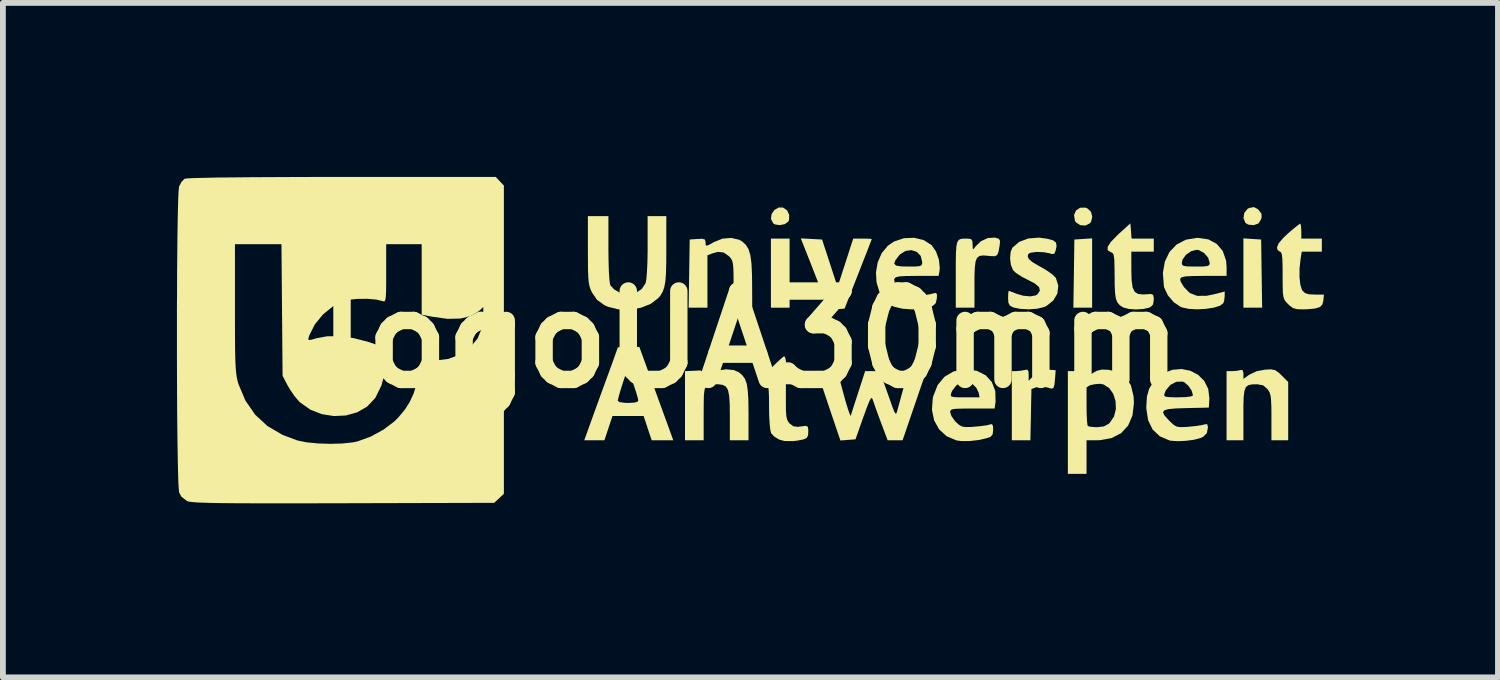
<source format=kicad_pcb>
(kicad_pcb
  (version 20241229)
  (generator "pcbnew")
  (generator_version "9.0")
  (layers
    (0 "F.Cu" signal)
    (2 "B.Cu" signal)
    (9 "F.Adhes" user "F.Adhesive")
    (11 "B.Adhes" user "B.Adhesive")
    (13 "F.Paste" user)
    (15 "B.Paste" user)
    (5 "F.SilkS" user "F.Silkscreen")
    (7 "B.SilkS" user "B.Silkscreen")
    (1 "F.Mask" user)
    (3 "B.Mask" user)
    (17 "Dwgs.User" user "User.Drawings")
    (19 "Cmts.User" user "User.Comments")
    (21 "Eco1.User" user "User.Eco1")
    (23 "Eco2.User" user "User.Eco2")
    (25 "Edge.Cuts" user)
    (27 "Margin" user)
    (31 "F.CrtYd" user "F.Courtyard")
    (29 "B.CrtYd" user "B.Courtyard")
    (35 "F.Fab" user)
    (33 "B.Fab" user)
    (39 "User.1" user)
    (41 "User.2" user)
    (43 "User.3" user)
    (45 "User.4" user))
  (footprint "logoUA30mm"
    (layer "F.Cu")
    (at 9.885 2.801)
    (property "Reference" "logoUA30mm" (at 0 0 0) (layer "F.SilkS") (effects (font (size 1.524 1.524) (thickness 0.3))))
    (attr board_only exclude_from_pos_files exclude_from_bom)
    (fp_poly (pts (xy 0.676 -0.547) (xy 0.354 -0.547) (xy 0.354 -1.738) (xy 0.676 -1.738)) (stroke (width 0) (type solid)) (fill yes) (layer "F.SilkS"))
    (fp_poly (pts (xy 5.891 -0.547) (xy 5.568 -0.547) (xy 5.577 -1.135) (xy 5.585 -1.722) (xy 5.891 -1.742)) (stroke (width 0) (type solid)) (fill yes) (layer "F.SilkS"))
    (fp_poly (pts (xy 8.805 -1.722) (xy 8.813 -1.135) (xy 8.822 -0.547) (xy 8.499 -0.547) (xy 8.499 -1.742)) (stroke (width 0) (type solid)) (fill yes) (layer "F.SilkS"))
    (fp_poly (pts (xy 0.632 -2.226) (xy 0.67 -2.146) (xy 0.666 -2.058) (xy 0.653 -2.031) (xy 0.594 -1.988) (xy 0.507 -1.97) (xy 0.425 -1.982) (xy 0.394 -2.001) (xy 0.355 -2.077) (xy 0.365 -2.159) (xy 0.413 -2.231) (xy 0.487 -2.273) (xy 0.562 -2.273)) (stroke (width 0) (type solid)) (fill yes) (layer "F.SilkS"))
    (fp_poly (pts (xy 5.808 -2.26) (xy 5.871 -2.201) (xy 5.894 -2.115) (xy 5.873 -2.029) (xy 5.853 -2.002) (xy 5.775 -1.963) (xy 5.685 -1.97) (xy 5.612 -2.018) (xy 5.595 -2.047) (xy 5.579 -2.143) (xy 5.613 -2.222) (xy 5.683 -2.27) (xy 5.776 -2.272)) (stroke (width 0) (type solid)) (fill yes) (layer "F.SilkS"))
    (fp_poly (pts (xy 8.738 -2.252) (xy 8.764 -2.228) (xy 8.811 -2.165) (xy 8.812 -2.1) (xy 8.803 -2.069) (xy 8.759 -1.999) (xy 8.68 -1.971) (xy 8.673 -1.97) (xy 8.583 -1.979) (xy 8.534 -2.008) (xy 8.5 -2.093) (xy 8.515 -2.182) (xy 8.572 -2.252) (xy 8.604 -2.267) (xy 8.679 -2.281)) (stroke (width 0) (type solid)) (fill yes) (layer "F.SilkS"))
    (fp_poly (pts (xy 5.131 0.521) (xy 5.263 0.531) (xy 5.252 0.676) (xy 5.241 0.783) (xy 5.224 0.836) (xy 5.19 0.849) (xy 5.13 0.831) (xy 5.12 0.828) (xy 4.994 0.809) (xy 4.935 0.823) (xy 4.845 0.855) (xy 4.836 1.296) (xy 4.827 1.738) (xy 4.507 1.738) (xy 4.507 0.547) (xy 4.579 0.547) (xy 4.673 0.538) (xy 4.724 0.527) (xy 4.774 0.521) (xy 4.794 0.553) (xy 4.797 0.61) (xy 4.797 0.713) (xy 4.897 0.612) (xy 4.974 0.547) (xy 5.047 0.521)) (stroke (width 0) (type solid)) (fill yes) (layer "F.SilkS"))
    (fp_poly (pts (xy 1.052 -1.732) (xy 1.236 -1.722) (xy 1.37 -1.313) (xy 1.503 -0.903) (xy 1.638 -1.321) (xy 1.773 -1.738) (xy 1.933 -1.738) (xy 2.024 -1.737) (xy 2.082 -1.733) (xy 2.092 -1.73) (xy 2.081 -1.699) (xy 2.05 -1.618) (xy 2.002 -1.494) (xy 1.941 -1.339) (xy 1.871 -1.16) (xy 1.858 -1.127) (xy 1.624 -0.531) (xy 1.488 -0.521) (xy 1.398 -0.52) (xy 1.35 -0.539) (xy 1.323 -0.586) (xy 1.251 -0.769) (xy 1.175 -0.964) (xy 1.1 -1.156) (xy 1.032 -1.331) (xy 0.975 -1.474) (xy 0.937 -1.571) (xy 0.869 -1.742)) (stroke (width 0) (type solid)) (fill yes) (layer "F.SilkS"))
    (fp_poly (pts (xy -0.193 -1.718) (xy -0.139 -1.687) (xy -0.077 -1.629) (xy -0.031 -1.553) (xy 0.000204 -1.45) (xy 0.019 -1.309) (xy 0.028 -1.121) (xy 0.03 -0.974) (xy 0.032 -0.547) (xy -0.29 -0.547) (xy -0.29 -0.951) (xy -0.29 -1.12) (xy -0.294 -1.237) (xy -0.302 -1.314) (xy -0.317 -1.366) (xy -0.341 -1.404) (xy -0.369 -1.434) (xy -0.459 -1.498) (xy -0.559 -1.509) (xy -0.658 -1.482) (xy -0.74 -1.45) (xy -0.74 -0.547) (xy -1.064 -0.547) (xy -1.055 -1.135) (xy -1.046 -1.722) (xy -0.909 -1.732) (xy -0.823 -1.735) (xy -0.783 -1.72) (xy -0.773 -1.682) (xy -0.773 -1.676) (xy -0.77 -1.629) (xy -0.753 -1.615) (xy -0.707 -1.633) (xy -0.626 -1.679) (xy -0.481 -1.737) (xy -0.33 -1.75)) (stroke (width 0) (type solid)) (fill yes) (layer "F.SilkS"))
    (fp_poly (pts (xy 9.046 0.53) (xy 9.106 0.571) (xy 9.158 0.621) (xy 9.271 0.734) (xy 9.271 1.738) (xy 8.982 1.738) (xy 8.982 1.34) (xy 8.981 1.17) (xy 8.976 1.05) (xy 8.967 0.969) (xy 8.95 0.913) (xy 8.924 0.87) (xy 8.915 0.857) (xy 8.838 0.791) (xy 8.736 0.773) (xy 8.647 0.775) (xy 8.584 0.789) (xy 8.542 0.822) (xy 8.517 0.886) (xy 8.504 0.988) (xy 8.499 1.139) (xy 8.499 1.289) (xy 8.499 1.738) (xy 8.209 1.738) (xy 8.209 0.547) (xy 8.303 0.547) (xy 8.39 0.541) (xy 8.448 0.528) (xy 8.486 0.529) (xy 8.499 0.58) (xy 8.499 0.594) (xy 8.499 0.68) (xy 8.601 0.608) (xy 8.726 0.549) (xy 8.873 0.521) (xy 8.977 0.516)) (stroke (width 0) (type solid)) (fill yes) (layer "F.SilkS"))
    (fp_poly (pts (xy 4.221 -1.754) (xy 4.282 -1.735) (xy 4.304 -1.7) (xy 4.298 -1.627) (xy 4.296 -1.615) (xy 4.277 -1.509) (xy 4.253 -1.453) (xy 4.212 -1.434) (xy 4.137 -1.437) (xy 4.107 -1.44) (xy 4.015 -1.448) (xy 3.95 -1.439) (xy 3.907 -1.406) (xy 3.881 -1.339) (xy 3.868 -1.231) (xy 3.863 -1.072) (xy 3.863 -0.962) (xy 3.863 -0.547) (xy 3.541 -0.547) (xy 3.541 -1.123) (xy 3.541 -1.336) (xy 3.544 -1.493) (xy 3.551 -1.603) (xy 3.566 -1.674) (xy 3.592 -1.715) (xy 3.63 -1.733) (xy 3.684 -1.738) (xy 3.737 -1.738) (xy 3.802 -1.731) (xy 3.827 -1.695) (xy 3.831 -1.635) (xy 3.833 -1.566) (xy 3.845 -1.555) (xy 3.877 -1.596) (xy 3.881 -1.603) (xy 3.975 -1.693) (xy 4.094 -1.748) (xy 4.213 -1.755)) (stroke (width 0) (type solid)) (fill yes) (layer "F.SilkS"))
    (fp_poly (pts (xy -0.286 0.528) (xy -0.2 0.565) (xy -0.139 0.617) (xy -0.094 0.679) (xy -0.063 0.764) (xy -0.045 0.88) (xy -0.035 1.039) (xy -0.032 1.25) (xy -0.032 1.27) (xy -0.032 1.738) (xy -0.354 1.738) (xy -0.354 1.309) (xy -0.356 1.111) (xy -0.366 0.968) (xy -0.386 0.872) (xy -0.421 0.814) (xy -0.475 0.784) (xy -0.551 0.773) (xy -0.587 0.773) (xy -0.669 0.774) (xy -0.728 0.783) (xy -0.766 0.809) (xy -0.789 0.863) (xy -0.801 0.953) (xy -0.804 1.089) (xy -0.805 1.275) (xy -0.805 1.738) (xy -1.127 1.738) (xy -1.127 0.547) (xy -1.014 0.542) (xy -0.926 0.538) (xy -0.864 0.535) (xy -0.861 0.534) (xy -0.826 0.559) (xy -0.811 0.601) (xy -0.801 0.671) (xy -0.686 0.593) (xy -0.562 0.537) (xy -0.42 0.515)) (stroke (width 0) (type solid)) (fill yes) (layer "F.SilkS"))
    (fp_poly (pts (xy -1.329 1.738) (xy -1.701 1.738) (xy -1.771 1.529) (xy -1.84 1.32) (xy -2.377 1.32) (xy -2.516 1.738) (xy -2.863 1.738) (xy -2.739 1.392) (xy -2.679 1.226) (xy -2.617 1.056) (xy -2.286 1.056) (xy -2.255 1.081) (xy -2.164 1.093) (xy -2.109 1.095) (xy -1.995 1.089) (xy -1.94 1.07) (xy -1.932 1.053) (xy -1.942 1.005) (xy -1.969 0.913) (xy -2.007 0.795) (xy -2.023 0.751) (xy -2.114 0.49) (xy -2.2 0.754) (xy -2.239 0.878) (xy -2.269 0.981) (xy -2.284 1.046) (xy -2.286 1.056) (xy -2.617 1.056) (xy -2.606 1.024) (xy -2.528 0.811) (xy -2.455 0.611) (xy -2.45 0.597) (xy -2.392 0.439) (xy -2.344 0.304) (xy -2.308 0.203) (xy -2.288 0.146) (xy -2.286 0.138) (xy -2.256 0.133) (xy -2.181 0.13) (xy -2.1 0.129) (xy -1.914 0.129)) (stroke (width 0) (type solid)) (fill yes) (layer "F.SilkS"))
    (fp_poly (pts (xy 6.561 -1.87) (xy 6.571 -1.738) (xy 6.954 -1.738) (xy 6.954 -1.513) (xy 6.567 -1.513) (xy 6.567 -1.196) (xy 6.572 -1.019) (xy 6.589 -0.897) (xy 6.625 -0.821) (xy 6.684 -0.783) (xy 6.772 -0.775) (xy 6.823 -0.778) (xy 6.906 -0.783) (xy 6.943 -0.768) (xy 6.953 -0.72) (xy 6.954 -0.684) (xy 6.942 -0.602) (xy 6.897 -0.558) (xy 6.871 -0.546) (xy 6.769 -0.524) (xy 6.643 -0.517) (xy 6.521 -0.526) (xy 6.431 -0.55) (xy 6.422 -0.554) (xy 6.365 -0.592) (xy 6.326 -0.639) (xy 6.3 -0.705) (xy 6.286 -0.803) (xy 6.28 -0.944) (xy 6.279 -1.09) (xy 6.277 -1.256) (xy 6.274 -1.369) (xy 6.266 -1.44) (xy 6.253 -1.479) (xy 6.231 -1.497) (xy 6.213 -1.504) (xy 6.159 -1.537) (xy 6.159 -1.596) (xy 6.214 -1.681) (xy 6.325 -1.795) (xy 6.35 -1.819) (xy 6.551 -2.001)) (stroke (width 0) (type solid)) (fill yes) (layer "F.SilkS"))
    (fp_poly (pts (xy -2.447 -1.559) (xy -2.445 -1.358) (xy -2.44 -1.184) (xy -2.431 -1.047) (xy -2.421 -0.959) (xy -2.413 -0.932) (xy -2.347 -0.861) (xy -2.244 -0.803) (xy -2.133 -0.774) (xy -2.109 -0.773) (xy -1.979 -0.799) (xy -1.872 -0.87) (xy -1.806 -0.97) (xy -1.793 -1.04) (xy -1.783 -1.162) (xy -1.775 -1.324) (xy -1.771 -1.514) (xy -1.771 -1.598) (xy -1.771 -2.125) (xy -1.449 -2.125) (xy -1.449 -1.547) (xy -1.45 -1.313) (xy -1.455 -1.134) (xy -1.466 -0.998) (xy -1.485 -0.897) (xy -1.512 -0.821) (xy -1.549 -0.758) (xy -1.588 -0.712) (xy -1.718 -0.613) (xy -1.887 -0.546) (xy -2.078 -0.514) (xy -2.273 -0.518) (xy -2.453 -0.562) (xy -2.514 -0.589) (xy -2.643 -0.682) (xy -2.728 -0.805) (xy -2.754 -0.86) (xy -2.773 -0.916) (xy -2.786 -0.983) (xy -2.794 -1.072) (xy -2.799 -1.196) (xy -2.8 -1.364) (xy -2.801 -1.536) (xy -2.801 -2.125) (xy -2.447 -2.125)) (stroke (width 0) (type solid)) (fill yes) (layer "F.SilkS"))
    (fp_poly (pts (xy 0.602 0.318) (xy 0.616 0.389) (xy 0.618 0.41) (xy 0.628 0.531) (xy 0.813 0.541) (xy 0.998 0.55) (xy 0.998 0.773) (xy 0.612 0.773) (xy 0.612 1.078) (xy 0.613 1.226) (xy 0.62 1.323) (xy 0.635 1.387) (xy 0.66 1.431) (xy 0.68 1.452) (xy 0.741 1.497) (xy 0.816 1.507) (xy 0.873 1.5) (xy 0.953 1.49) (xy 0.989 1.503) (xy 0.998 1.554) (xy 0.998 1.591) (xy 0.994 1.656) (xy 0.972 1.697) (xy 0.919 1.723) (xy 0.823 1.742) (xy 0.74 1.753) (xy 0.586 1.751) (xy 0.493 1.725) (xy 0.413 1.675) (xy 0.358 1.617) (xy 0.357 1.614) (xy 0.343 1.557) (xy 0.332 1.45) (xy 0.324 1.309) (xy 0.322 1.161) (xy 0.321 0.994) (xy 0.316 0.882) (xy 0.308 0.815) (xy 0.293 0.781) (xy 0.273 0.773) (xy 0.213 0.755) (xy 0.206 0.703) (xy 0.251 0.62) (xy 0.347 0.506) (xy 0.373 0.48) (xy 0.462 0.393) (xy 0.534 0.327) (xy 0.578 0.292) (xy 0.585 0.29)) (stroke (width 0) (type solid)) (fill yes) (layer "F.SilkS"))
    (fp_poly (pts (xy 9.49 -1.967) (xy 9.496 -1.896) (xy 9.497 -1.867) (xy 9.497 -1.738) (xy 9.851 -1.738) (xy 9.851 -1.513) (xy 9.505 -1.513) (xy 9.485 -1.392) (xy 9.467 -1.229) (xy 9.466 -1.072) (xy 9.481 -0.94) (xy 9.51 -0.851) (xy 9.515 -0.844) (xy 9.56 -0.799) (xy 9.628 -0.778) (xy 9.726 -0.773) (xy 9.887 -0.773) (xy 9.877 -0.669) (xy 9.86 -0.602) (xy 9.818 -0.558) (xy 9.738 -0.533) (xy 9.611 -0.521) (xy 9.535 -0.518) (xy 9.425 -0.521) (xy 9.352 -0.542) (xy 9.288 -0.59) (xy 9.269 -0.609) (xy 9.23 -0.65) (xy 9.204 -0.689) (xy 9.188 -0.738) (xy 9.179 -0.812) (xy 9.176 -0.922) (xy 9.175 -1.082) (xy 9.175 -1.108) (xy 9.174 -1.279) (xy 9.17 -1.396) (xy 9.161 -1.467) (xy 9.148 -1.503) (xy 9.127 -1.513) (xy 9.127 -1.513) (xy 9.088 -1.541) (xy 9.078 -1.586) (xy 9.106 -1.656) (xy 9.19 -1.754) (xy 9.269 -1.828) (xy 9.361 -1.907) (xy 9.434 -1.966) (xy 9.475 -1.995) (xy 9.479 -1.996)) (stroke (width 0) (type solid)) (fill yes) (layer "F.SilkS"))
    (fp_poly (pts (xy 6.169 0.523) (xy 6.173 0.523) (xy 6.343 0.563) (xy 6.472 0.654) (xy 6.56 0.792) (xy 6.605 0.978) (xy 6.612 1.097) (xy 6.587 1.31) (xy 6.512 1.485) (xy 6.391 1.616) (xy 6.226 1.701) (xy 6.022 1.737) (xy 5.978 1.738) (xy 5.795 1.738) (xy 5.795 2.318) (xy 5.473 2.318) (xy 5.473 1.138) (xy 5.795 1.138) (xy 5.797 1.278) (xy 5.802 1.394) (xy 5.81 1.47) (xy 5.816 1.492) (xy 5.859 1.505) (xy 5.941 1.512) (xy 5.979 1.513) (xy 6.094 1.5) (xy 6.177 1.454) (xy 6.196 1.436) (xy 6.269 1.327) (xy 6.301 1.198) (xy 6.295 1.064) (xy 6.256 0.939) (xy 6.186 0.839) (xy 6.09 0.777) (xy 6.031 0.765) (xy 5.955 0.77) (xy 5.883 0.783) (xy 5.795 0.806) (xy 5.795 1.138) (xy 5.473 1.138) (xy 5.473 0.547) (xy 5.567 0.547) (xy 5.654 0.541) (xy 5.712 0.528) (xy 5.75 0.529) (xy 5.762 0.581) (xy 5.762 0.591) (xy 5.762 0.674) (xy 5.883 0.592) (xy 5.971 0.541) (xy 6.056 0.52)) (stroke (width 0) (type solid)) (fill yes) (layer "F.SilkS"))
    (fp_poly (pts (xy 5.114 -1.736) (xy 5.219 -1.708) (xy 5.269 -1.669) (xy 5.278 -1.605) (xy 5.26 -1.524) (xy 5.239 -1.477) (xy 5.196 -1.472) (xy 5.151 -1.486) (xy 5.06 -1.503) (xy 4.948 -1.508) (xy 4.921 -1.507) (xy 4.831 -1.495) (xy 4.79 -1.472) (xy 4.781 -1.433) (xy 4.8 -1.386) (xy 4.863 -1.332) (xy 4.978 -1.264) (xy 5.003 -1.251) (xy 5.115 -1.185) (xy 5.208 -1.119) (xy 5.263 -1.064) (xy 5.267 -1.058) (xy 5.308 -0.925) (xy 5.292 -0.791) (xy 5.223 -0.672) (xy 5.107 -0.579) (xy 5.066 -0.559) (xy 4.948 -0.53) (xy 4.798 -0.519) (xy 4.648 -0.527) (xy 4.531 -0.552) (xy 4.472 -0.584) (xy 4.447 -0.635) (xy 4.443 -0.711) (xy 4.445 -0.791) (xy 4.452 -0.834) (xy 4.455 -0.837) (xy 4.489 -0.826) (xy 4.56 -0.798) (xy 4.582 -0.789) (xy 4.705 -0.753) (xy 4.824 -0.742) (xy 4.917 -0.758) (xy 4.951 -0.779) (xy 4.991 -0.842) (xy 4.976 -0.902) (xy 4.904 -0.964) (xy 4.785 -1.026) (xy 4.673 -1.084) (xy 4.58 -1.145) (xy 4.528 -1.194) (xy 4.491 -1.284) (xy 4.477 -1.398) (xy 4.487 -1.508) (xy 4.516 -1.58) (xy 4.633 -1.681) (xy 4.79 -1.74) (xy 4.975 -1.755)) (stroke (width 0) (type solid)) (fill yes) (layer "F.SilkS"))
    (fp_poly (pts (xy 2.988 -1.712) (xy 3.124 -1.625) (xy 3.125 -1.624) (xy 3.2 -1.516) (xy 3.25 -1.375) (xy 3.265 -1.23) (xy 3.26 -1.176) (xy 3.244 -1.095) (xy 2.861 -1.095) (xy 2.688 -1.093) (xy 2.572 -1.087) (xy 2.504 -1.07) (xy 2.478 -1.04) (xy 2.485 -0.991) (xy 2.518 -0.919) (xy 2.526 -0.904) (xy 2.609 -0.811) (xy 2.737 -0.758) (xy 2.904 -0.748) (xy 3.105 -0.78) (xy 3.149 -0.792) (xy 3.199 -0.801) (xy 3.217 -0.775) (xy 3.214 -0.705) (xy 3.196 -0.626) (xy 3.149 -0.581) (xy 3.09 -0.557) (xy 2.948 -0.527) (xy 2.782 -0.518) (xy 2.618 -0.53) (xy 2.481 -0.563) (xy 2.442 -0.58) (xy 2.313 -0.682) (xy 2.224 -0.82) (xy 2.175 -0.983) (xy 2.165 -1.157) (xy 2.191 -1.306) (xy 2.479 -1.306) (xy 2.511 -1.273) (xy 2.597 -1.259) (xy 2.72 -1.256) (xy 2.843 -1.257) (xy 2.915 -1.263) (xy 2.95 -1.278) (xy 2.961 -1.308) (xy 2.962 -1.336) (xy 2.936 -1.44) (xy 2.869 -1.509) (xy 2.777 -1.539) (xy 2.675 -1.526) (xy 2.58 -1.466) (xy 2.562 -1.446) (xy 2.498 -1.361) (xy 2.479 -1.306) (xy 2.191 -1.306) (xy 2.195 -1.329) (xy 2.264 -1.487) (xy 2.371 -1.616) (xy 2.475 -1.687) (xy 2.647 -1.745) (xy 2.824 -1.752)) (stroke (width 0) (type solid)) (fill yes) (layer "F.SilkS"))
    (fp_poly (pts (xy 7.893 -1.725) (xy 8.039 -1.647) (xy 8.143 -1.524) (xy 8.2 -1.361) (xy 8.209 -1.248) (xy 8.209 -1.095) (xy 7.807 -1.095) (xy 7.628 -1.093) (xy 7.506 -1.087) (xy 7.435 -1.072) (xy 7.408 -1.044) (xy 7.417 -0.998) (xy 7.456 -0.931) (xy 7.478 -0.898) (xy 7.574 -0.8) (xy 7.701 -0.751) (xy 7.863 -0.752) (xy 7.987 -0.777) (xy 8.177 -0.826) (xy 8.176 -0.743) (xy 8.167 -0.666) (xy 8.152 -0.623) (xy 8.092 -0.58) (xy 7.986 -0.547) (xy 7.851 -0.527) (xy 7.705 -0.519) (xy 7.564 -0.526) (xy 7.447 -0.55) (xy 7.419 -0.56) (xy 7.298 -0.642) (xy 7.196 -0.761) (xy 7.134 -0.894) (xy 7.128 -0.92) (xy 7.111 -1.144) (xy 7.141 -1.321) (xy 7.437 -1.321) (xy 7.442 -1.288) (xy 7.467 -1.268) (xy 7.525 -1.259) (xy 7.629 -1.256) (xy 7.678 -1.256) (xy 7.802 -1.257) (xy 7.875 -1.265) (xy 7.909 -1.281) (xy 7.919 -1.309) (xy 7.919 -1.316) (xy 7.891 -1.409) (xy 7.821 -1.491) (xy 7.73 -1.54) (xy 7.69 -1.545) (xy 7.596 -1.52) (xy 7.508 -1.458) (xy 7.45 -1.377) (xy 7.437 -1.321) (xy 7.141 -1.321) (xy 7.145 -1.342) (xy 7.225 -1.508) (xy 7.347 -1.636) (xy 7.507 -1.719) (xy 7.699 -1.751) (xy 7.711 -1.751)) (stroke (width 0) (type solid)) (fill yes) (layer "F.SilkS"))
    (fp_poly (pts (xy 3.906 0.542) (xy 4.056 0.618) (xy 4.163 0.736) (xy 4.222 0.891) (xy 4.227 1.074) (xy 4.225 1.089) (xy 4.21 1.191) (xy 3.827 1.191) (xy 3.665 1.192) (xy 3.557 1.195) (xy 3.491 1.202) (xy 3.458 1.215) (xy 3.446 1.237) (xy 3.445 1.258) (xy 3.466 1.322) (xy 3.521 1.399) (xy 3.542 1.423) (xy 3.599 1.474) (xy 3.65 1.502) (xy 3.717 1.511) (xy 3.822 1.508) (xy 3.856 1.505) (xy 3.976 1.494) (xy 4.075 1.48) (xy 4.129 1.466) (xy 4.166 1.46) (xy 4.182 1.493) (xy 4.185 1.555) (xy 4.177 1.635) (xy 4.141 1.678) (xy 4.08 1.701) (xy 3.936 1.734) (xy 3.776 1.752) (xy 3.63 1.752) (xy 3.55 1.74) (xy 3.383 1.669) (xy 3.254 1.551) (xy 3.168 1.397) (xy 3.13 1.215) (xy 3.144 1.014) (xy 3.153 0.976) (xy 3.159 0.962) (xy 3.454 0.962) (xy 3.465 0.983) (xy 3.508 0.994) (xy 3.593 0.998) (xy 3.696 0.998) (xy 3.951 0.998) (xy 3.935 0.917) (xy 3.894 0.833) (xy 3.819 0.758) (xy 3.732 0.713) (xy 3.7 0.708) (xy 3.626 0.734) (xy 3.547 0.797) (xy 3.483 0.878) (xy 3.461 0.926) (xy 3.454 0.962) (xy 3.159 0.962) (xy 3.228 0.787) (xy 3.345 0.645) (xy 3.5 0.553) (xy 3.687 0.516) (xy 3.72 0.515)) (stroke (width 0) (type solid)) (fill yes) (layer "F.SilkS"))
    (fp_poly (pts (xy 7.584 0.54) (xy 7.718 0.61) (xy 7.824 0.715) (xy 7.893 0.854) (xy 7.913 1.02) (xy 7.912 1.03) (xy 7.903 1.175) (xy 7.509 1.184) (xy 7.326 1.19) (xy 7.202 1.202) (xy 7.133 1.223) (xy 7.113 1.257) (xy 7.137 1.308) (xy 7.201 1.381) (xy 7.228 1.408) (xy 7.291 1.468) (xy 7.344 1.501) (xy 7.406 1.512) (xy 7.502 1.509) (xy 7.558 1.505) (xy 7.678 1.493) (xy 7.777 1.478) (xy 7.831 1.465) (xy 7.874 1.46) (xy 7.887 1.505) (xy 7.887 1.518) (xy 7.869 1.615) (xy 7.806 1.678) (xy 7.756 1.701) (xy 7.645 1.73) (xy 7.504 1.748) (xy 7.362 1.754) (xy 7.247 1.746) (xy 7.227 1.742) (xy 7.058 1.67) (xy 6.934 1.553) (xy 6.856 1.392) (xy 6.825 1.189) (xy 6.825 1.162) (xy 6.836 0.986) (xy 6.84 0.97) (xy 7.135 0.97) (xy 7.158 0.987) (xy 7.219 0.995) (xy 7.327 0.998) (xy 7.375 0.998) (xy 7.509 0.994) (xy 7.597 0.982) (xy 7.63 0.965) (xy 7.63 0.964) (xy 7.606 0.881) (xy 7.548 0.796) (xy 7.477 0.737) (xy 7.453 0.727) (xy 7.343 0.73) (xy 7.24 0.784) (xy 7.162 0.877) (xy 7.136 0.942) (xy 7.135 0.97) (xy 6.84 0.97) (xy 6.874 0.85) (xy 6.945 0.735) (xy 6.98 0.696) (xy 7.12 0.584) (xy 7.274 0.524) (xy 7.432 0.51)) (stroke (width 0) (type solid)) (fill yes) (layer "F.SilkS"))
    (fp_poly (pts (xy 2.186 0.553) (xy 2.217 0.572) (xy 2.245 0.615) (xy 2.279 0.69) (xy 2.322 0.805) (xy 2.38 0.969) (xy 2.4 1.025) (xy 2.448 1.161) (xy 2.481 1.244) (xy 2.502 1.279) (xy 2.516 1.276) (xy 2.53 1.239) (xy 2.535 1.218) (xy 2.557 1.138) (xy 2.59 1.017) (xy 2.628 0.878) (xy 2.642 0.829) (xy 2.719 0.547) (xy 2.876 0.547) (xy 2.975 0.553) (xy 3.017 0.571) (xy 3.019 0.588) (xy 3.004 0.63) (xy 2.972 0.722) (xy 2.926 0.855) (xy 2.871 1.017) (xy 2.814 1.183) (xy 2.624 1.738) (xy 2.495 1.738) (xy 2.366 1.738) (xy 2.248 1.424) (xy 2.196 1.284) (xy 2.151 1.159) (xy 2.119 1.066) (xy 2.107 1.032) (xy 2.094 1.008) (xy 2.076 1.018) (xy 2.049 1.069) (xy 2.01 1.167) (xy 1.955 1.319) (xy 1.948 1.337) (xy 1.812 1.722) (xy 1.682 1.732) (xy 1.552 1.742) (xy 1.363 1.185) (xy 1.303 1.005) (xy 1.249 0.844) (xy 1.206 0.714) (xy 1.176 0.625) (xy 1.165 0.588) (xy 1.181 0.562) (xy 1.25 0.55) (xy 1.327 0.547) (xy 1.5 0.547) (xy 1.61 0.954) (xy 1.651 1.1) (xy 1.687 1.216) (xy 1.714 1.292) (xy 1.729 1.319) (xy 1.731 1.316) (xy 1.745 1.269) (xy 1.775 1.175) (xy 1.816 1.048) (xy 1.861 0.909) (xy 1.978 0.547) (xy 2.101 0.547) (xy 2.15 0.547)) (stroke (width 0) (type solid)) (fill yes) (layer "F.SilkS"))
    (fp_poly (pts (xy -4.249 -2.652) (xy -4.249 2.661) (xy -4.416 2.817) (xy -7.013 2.824) (xy -7.497 2.825) (xy -7.92 2.826) (xy -8.287 2.826) (xy -8.602 2.825) (xy -8.868 2.824) (xy -9.089 2.822) (xy -9.27 2.819) (xy -9.414 2.815) (xy -9.525 2.811) (xy -9.607 2.805) (xy -9.664 2.798) (xy -9.7 2.791) (xy -9.71 2.787) (xy -9.808 2.711) (xy -9.847 2.638) (xy -9.853 2.587) (xy -9.86 2.476) (xy -9.865 2.314) (xy -9.87 2.106) (xy -9.874 1.857) (xy -9.878 1.574) (xy -9.881 1.263) (xy -9.883 0.931) (xy -9.884 0.582) (xy -9.885 0.224) (xy -9.885 -0.138) (xy -9.885 -0.498) (xy -9.885 -0.534) (xy -8.885 -0.534) (xy -8.885 -0.232) (xy -8.884 0.013) (xy -8.882 0.209) (xy -8.878 0.363) (xy -8.872 0.483) (xy -8.864 0.576) (xy -8.854 0.65) (xy -8.84 0.713) (xy -8.825 0.769) (xy -8.705 1.053) (xy -8.539 1.295) (xy -8.325 1.493) (xy -8.064 1.646) (xy -7.807 1.742) (xy -7.65 1.774) (xy -7.454 1.793) (xy -7.241 1.8) (xy -7.034 1.794) (xy -6.854 1.775) (xy -6.772 1.758) (xy -6.546 1.676) (xy -6.326 1.556) (xy -6.135 1.412) (xy -6.062 1.338) (xy -5.956 1.21) (xy -5.873 1.08) (xy -5.806 0.935) (xy -5.751 0.759) (xy -5.701 0.539) (xy -5.681 0.435) (xy -5.666 0.4) (xy -5.631 0.38) (xy -5.559 0.37) (xy -5.447 0.366) (xy -5.207 0.336) (xy -4.999 0.258) (xy -4.829 0.139) (xy -4.702 -0.017) (xy -4.625 -0.204) (xy -4.604 -0.386) (xy -4.604 -0.558) (xy -4.676 -0.491) (xy -4.813 -0.405) (xy -4.997 -0.36) (xy -5.223 -0.355) (xy -5.483 -0.391) (xy -5.666 -0.427) (xy -5.666 -1.642) (xy -6.278 -1.642) (xy -6.278 -1.139) (xy -6.278 -0.95) (xy -6.28 -0.815) (xy -6.285 -0.728) (xy -6.294 -0.678) (xy -6.307 -0.657) (xy -6.326 -0.656) (xy -6.334 -0.659) (xy -6.449 -0.687) (xy -6.602 -0.7) (xy -6.767 -0.699) (xy -6.919 -0.684) (xy -7.008 -0.663) (xy -7.195 -0.571) (xy -7.367 -0.431) (xy -7.508 -0.259) (xy -7.602 -0.072) (xy -7.612 -0.043) (xy -7.621 -0.003) (xy -7.608 0.012) (xy -7.559 0.003) (xy -7.478 -0.021) (xy -7.296 -0.054) (xy -7.076 -0.054) (xy -6.838 -0.022) (xy -6.598 0.039) (xy -6.551 0.054) (xy -6.294 0.145) (xy -6.284 0.332) (xy -6.298 0.563) (xy -6.36 0.794) (xy -6.46 0.998) (xy -6.473 1.017) (xy -6.607 1.158) (xy -6.777 1.256) (xy -6.972 1.311) (xy -7.179 1.321) (xy -7.388 1.288) (xy -7.585 1.211) (xy -7.759 1.088) (xy -7.785 1.063) (xy -7.862 0.972) (xy -7.941 0.855) (xy -7.977 0.793) (xy -8.064 0.628) (xy -8.083 -1.642) (xy -8.885 -1.642) (xy -8.885 -0.534) (xy -9.885 -0.534) (xy -9.883 -0.849) (xy -9.882 -1.186) (xy -9.879 -1.502) (xy -9.876 -1.792) (xy -9.872 -2.049) (xy -9.867 -2.267) (xy -9.862 -2.441) (xy -9.856 -2.563) (xy -9.849 -2.629) (xy -9.848 -2.636) (xy -9.806 -2.716) (xy -9.754 -2.769) (xy -9.753 -2.769) (xy -9.71 -2.775) (xy -9.604 -2.781) (xy -9.438 -2.785) (xy -9.214 -2.79) (xy -8.934 -2.793) (xy -8.601 -2.796) (xy -8.216 -2.798) (xy -7.782 -2.8) (xy -7.3 -2.801) (xy -7.042 -2.801) (xy -4.389 -2.801)) (stroke (width 0) (type solid)) (fill yes) (layer "F.SilkS")))
  (gr_rect
    (start -3 -3)
    (end 22.772 8.627)
    (stroke (width 0.1) (type default))
    (fill no)
    (layer "Edge.Cuts")))
</source>
